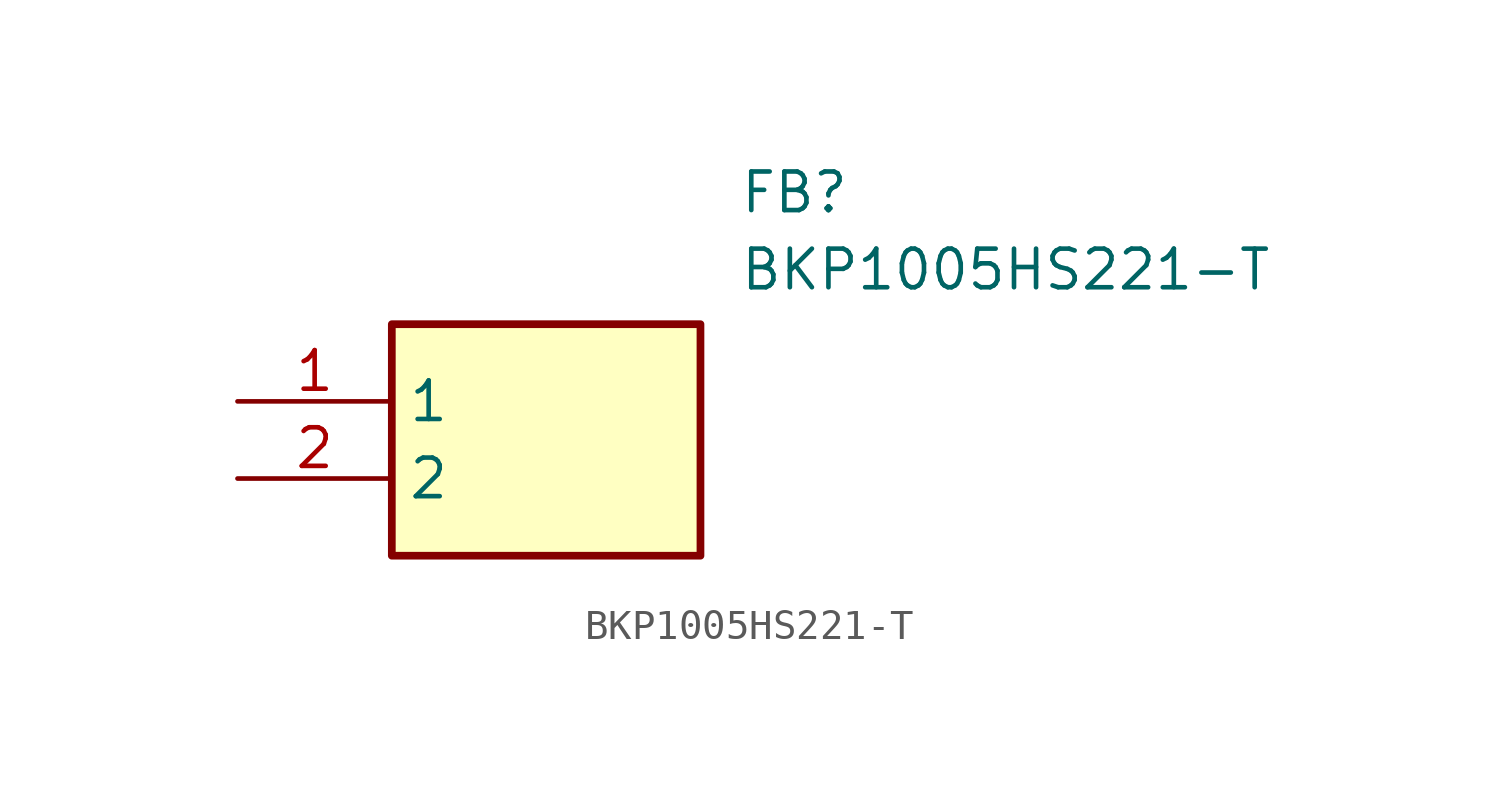
<source format=kicad_sym>
(kicad_symbol_lib
  (version 20220914)
  (generator SamacSys_ECAD_Model)
  (symbol "BKP1005HS221-T"
    (property "Reference" "FB"
      (at 16.51 7.62 0)
      (effects (font (size 1.27 1.27)) (justify left top)))
    (property "Value" "BKP1005HS221-T"
      (at 16.51 5.08 0)
      (effects (font (size 1.27 1.27)) (justify left top)))
    (rectangle
      (start 5.08 2.54)
      (end 15.24 -5.08)
      (stroke (width 0.254) (type default))
      (fill (type background)))
    (pin passive line
      (at 0 0 0)
      (length 5.08)
      (name "1" (effects (font (size 1.27 1.27))))
      (number "1" (effects (font (size 1.27 1.27)))))
    (pin passive line
      (at 0 -2.54 0)
      (length 5.08)
      (name "2" (effects (font (size 1.27 1.27))))
      (number "2" (effects (font (size 1.27 1.27)))))))
</source>
